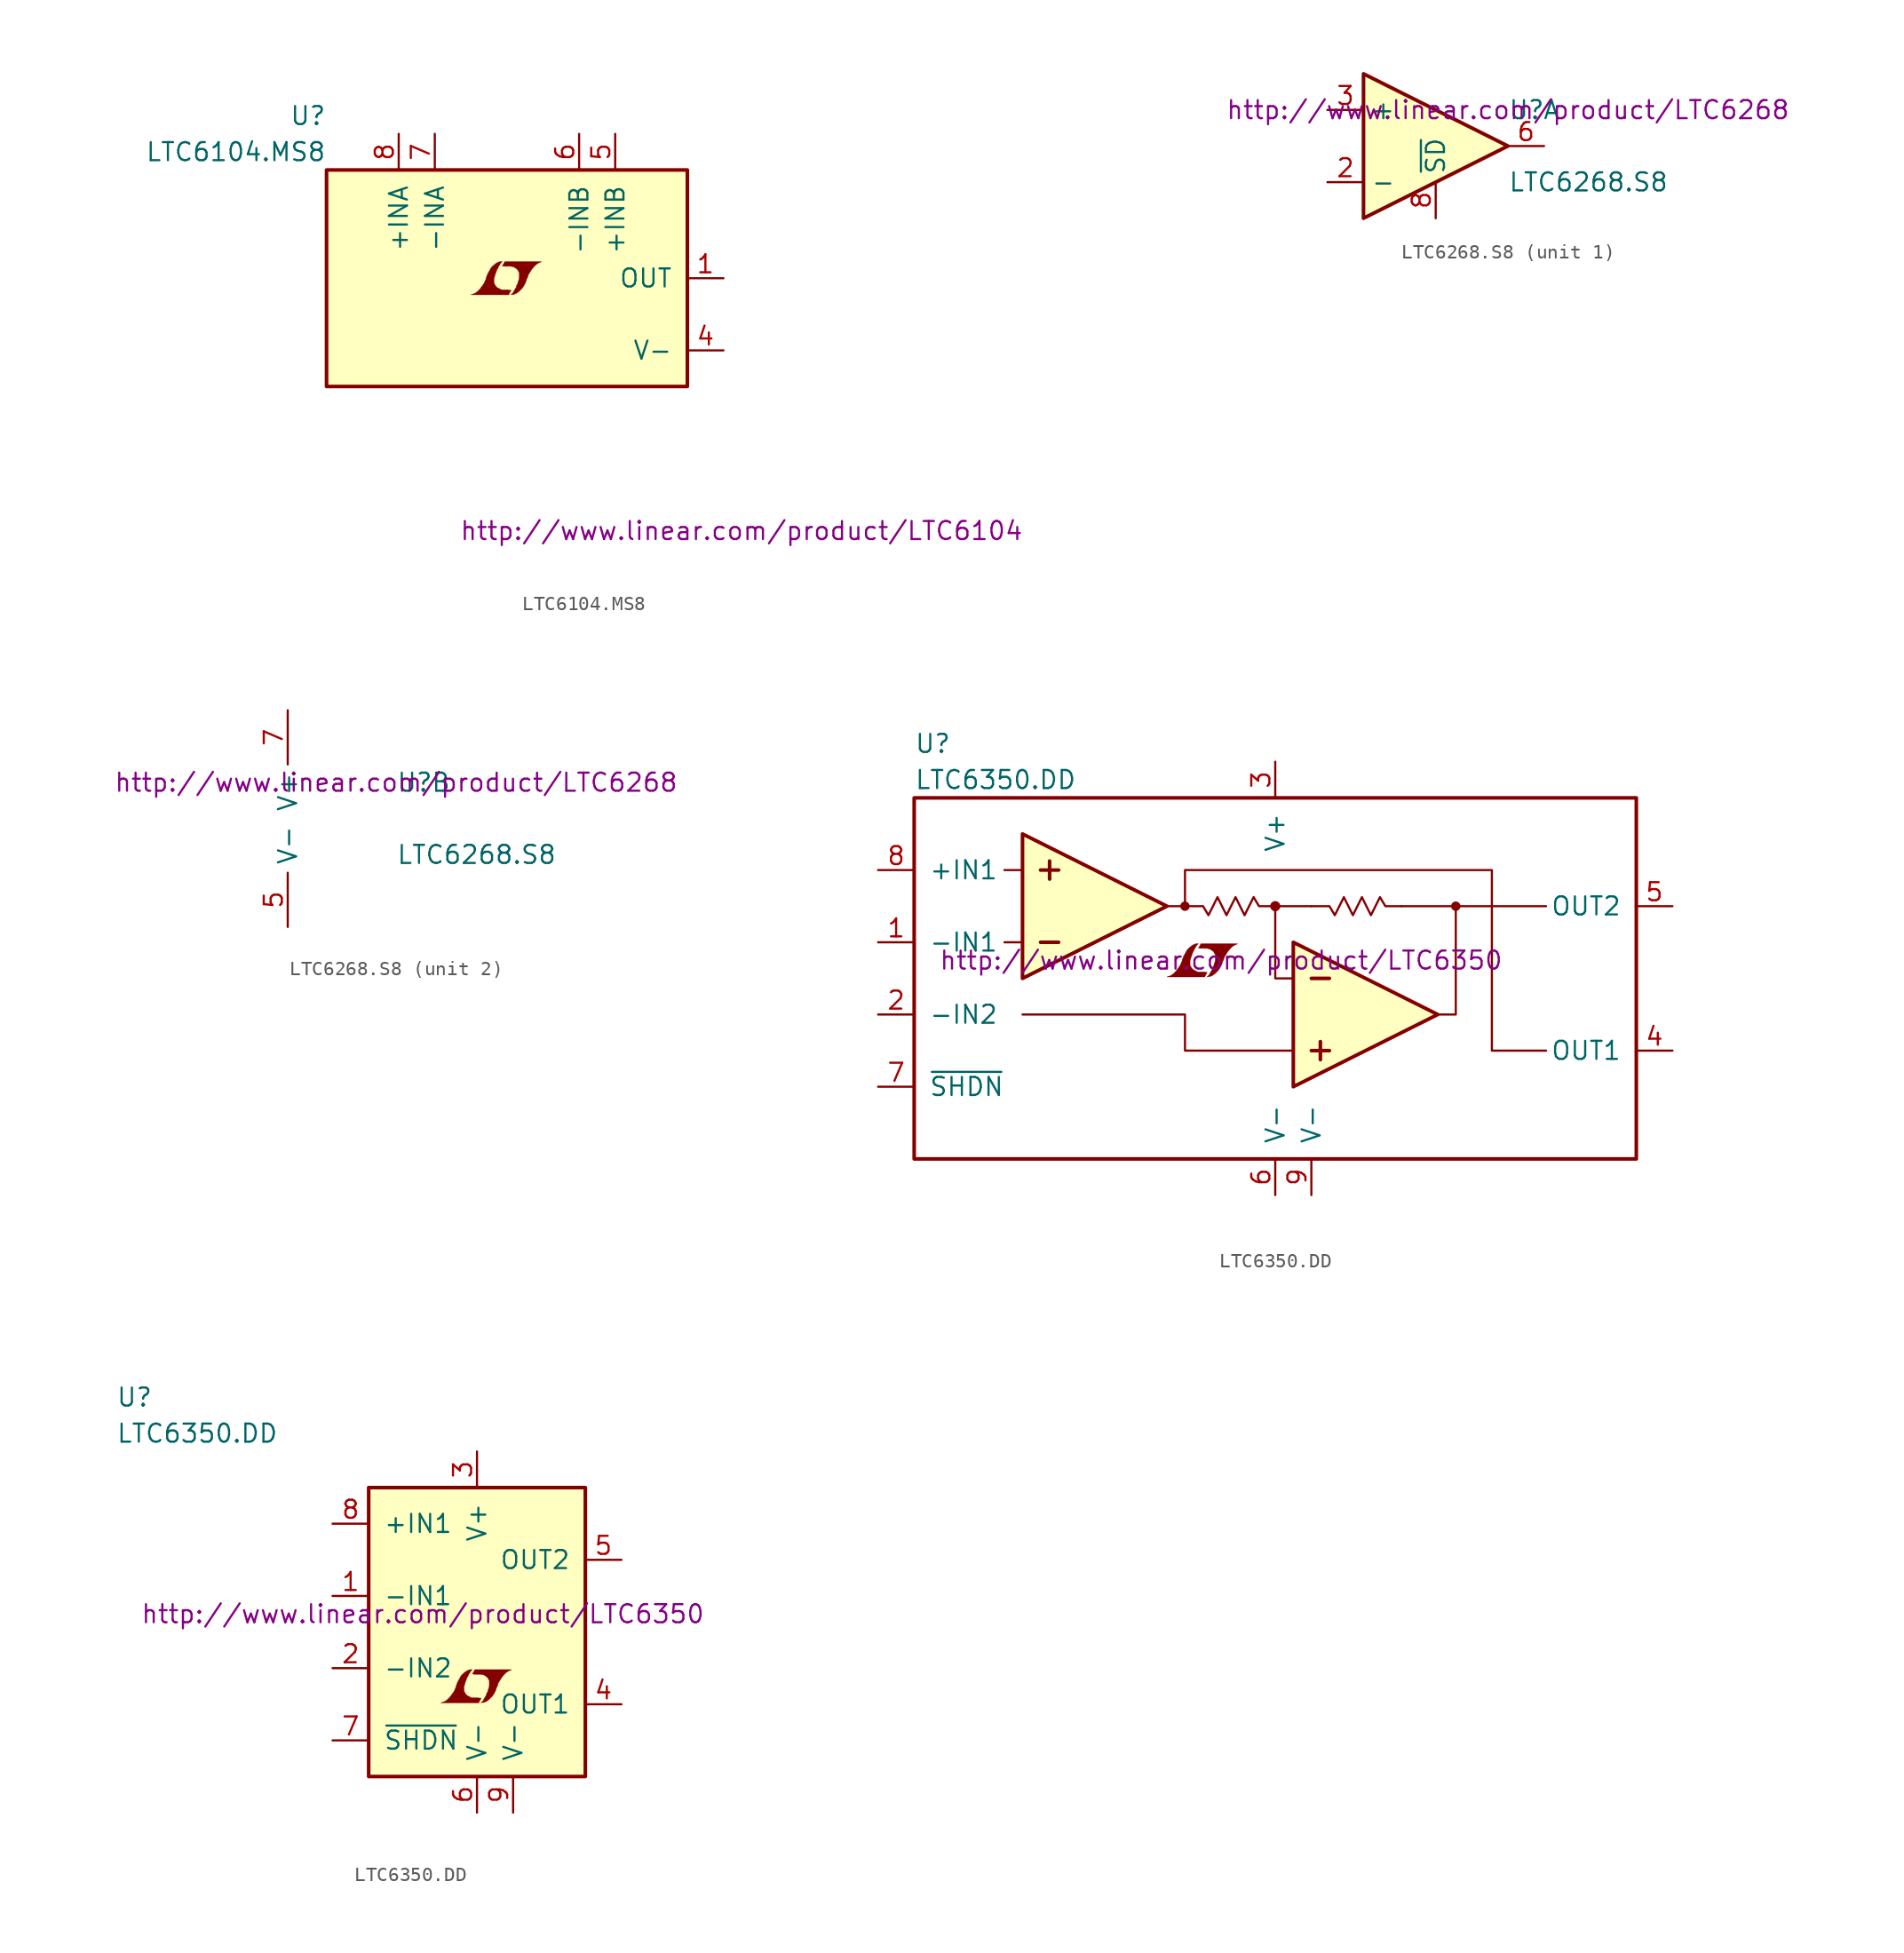
<source format=kicad_sym>
(kicad_symbol_lib
  (version 20201005)
  (generator kicad_symbol_editor)
  (symbol "LTC6104.MS8"
    (pin_names
      (offset 1.016))
    (property "Reference" "U"
      (at -12.7 11.43 0)
      (effects (font (size 1.27 1.27)) (justify right)))
    (property "Value" "LTC6104.MS8"
      (at -12.7 8.89 0)
      (effects (font (size 1.27 1.27)) (justify right)))
    (property "Datasheet" "http://www.linear.com/product/LTC6104"
      (at 16.51 -17.78 0)
      (effects (font (size 1.27 1.27))))
    (symbol "LTC6104.MS8_0_0"
      (polyline (pts (xy 0.203 -0.991) (xy 0.229 -0.965) (xy 0.279 -0.864) (xy 0.279 -0.838) (xy 0.152 -0.838) (xy 0.051 -0.813) (xy -0.406 -0.813) (xy -0.432 -0.787) (xy -0.686 -0.66) (xy -0.787 -0.559) (xy -0.864 -0.432) (xy -0.914 -0.33) (xy -0.914 -0.025) (xy -0.864 0.127) (xy -0.838 0.229) (xy -0.813 0.305) (xy -0.762 0.432) (xy -0.711 0.584) (xy -0.635 0.711) (xy -0.584 0.838) (xy -0.508 0.94) (xy -0.457 1.041) (xy -0.33 1.168) (xy -0.508 1.168) (xy -0.635 1.118) (xy -0.737 1.067) (xy -0.813 1.016) (xy -0.94 0.914) (xy -1.118 0.737) (xy -1.372 0.279) (xy -1.473 0) (xy -1.473 -0.051) (xy -1.524 -0.152) (xy -1.575 -0.279) (xy -1.626 -0.381) (xy -1.753 -0.559) (xy -1.905 -0.762) (xy -2.057 -0.914) (xy -2.21 -1.041) (xy -2.388 -1.118) (xy -2.54 -1.168) (xy 0.127 -1.168) (xy 0.203 -0.991)) (stroke (width 0.025)) (fill (type outline)))
      (polyline (pts (xy 0.406 -1.143) (xy 0.483 -1.143) (xy 0.66 -1.067) (xy 0.813 -0.965) (xy 1.092 -0.686) (xy 1.219 -0.483) (xy 1.321 -0.279) (xy 1.397 -0.025) (xy 1.422 -0.025) (xy 1.499 0.229) (xy 1.753 0.635) (xy 1.905 0.813) (xy 2.057 0.965) (xy 2.21 1.067) (xy 2.388 1.143) (xy 2.413 1.143) (xy 2.413 1.168) (xy -0.152 1.168) (xy -0.229 1.016) (xy -0.254 0.991) (xy -0.305 0.889) (xy -0.33 0.864) (xy -0.279 0.864) (xy -0.229 0.838) (xy 0.305 0.838) (xy 0.356 0.813) (xy 0.406 0.813) (xy 0.483 0.787) (xy 0.61 0.711) (xy 0.737 0.61) (xy 0.813 0.483) (xy 0.838 0.432) (xy 0.864 0.406) (xy 0.864 0) (xy 0.838 -0.051) (xy 0.838 -0.127) (xy 0.787 -0.229) (xy 0.762 -0.356) (xy 0.686 -0.508) (xy 0.635 -0.66) (xy 0.483 -0.914) (xy 0.432 -1.016) (xy 0.279 -1.168) (xy 0.406 -1.143)) (stroke (width 0.025)) (fill (type outline))))
    (symbol "LTC6104.MS8_0_1"
      (rectangle (start -12.7 7.62) (end 12.7 -7.62) (stroke (width 0.254)) (fill (type background))))
    (symbol "LTC6104.MS8_1_1"
      (pin output line (at 15.24 0 180) (length 2.54) (name "OUT" (effects (font (size 1.27 1.27)))) (number "1" (effects (font (size 1.27 1.27)))))
      (pin unconnected line (at -2.54 -10.16 90) (length 2.54) hide (name "NC" (effects (font (size 1.27 1.27)))) (number "2" (effects (font (size 1.27 1.27)))))
      (pin unconnected line (at 2.54 -10.16 90) (length 2.54) hide (name "NC" (effects (font (size 1.27 1.27)))) (number "3" (effects (font (size 1.27 1.27)))))
      (pin power_in line (at 15.24 -5.08 180) (length 2.54) (name "V-" (effects (font (size 1.27 1.27)))) (number "4" (effects (font (size 1.27 1.27)))))
      (pin passive line (at 7.62 10.16 270) (length 2.54) (name "+INB" (effects (font (size 1.27 1.27)))) (number "5" (effects (font (size 1.27 1.27)))))
      (pin passive line (at 5.08 10.16 270) (length 2.54) (name "-INB" (effects (font (size 1.27 1.27)))) (number "6" (effects (font (size 1.27 1.27)))))
      (pin passive line (at -5.08 10.16 270) (length 2.54) (name "-INA" (effects (font (size 1.27 1.27)))) (number "7" (effects (font (size 1.27 1.27)))))
      (pin passive line (at -7.62 10.16 270) (length 2.54) (name "+INA" (effects (font (size 1.27 1.27)))) (number "8" (effects (font (size 1.27 1.27)))))))
  (symbol "LTC6268.S8"
    (property "Reference" "U"
      (at 5.08 2.54 0)
      (effects (font (size 1.27 1.27)) (justify left)))
    (property "Value" "LTC6268.S8"
      (at 5.08 -2.54 0)
      (effects (font (size 1.27 1.27)) (justify left)))
    (property "Datasheet" "http://www.linear.com/product/LTC6268"
      (at 5.08 2.54 0)
      (effects (font (size 1.27 1.27))))
    (property "ki_locked" ""
      (at 0 0 0)
      (effects (font (size 1.27 1.27))))
    (symbol "LTC6268.S8_1_1"
      (polyline (pts (xy 5.08 0) (xy -5.08 5.08) (xy -5.08 -5.08) (xy 5.08 0)) (stroke (width 0.254)) (fill (type background)))
      (pin input line (at -7.62 -2.54 0) (length 2.54) (name "-" (effects (font (size 1.27 1.27)))) (number "2" (effects (font (size 1.27 1.27)))))
      (pin input line (at -7.62 2.54 0) (length 2.54) (name "+" (effects (font (size 1.27 1.27)))) (number "3" (effects (font (size 1.27 1.27)))))
      (pin output line (at 7.62 0 180) (length 2.54) (name "~" (effects (font (size 1.27 1.27)))) (number "6" (effects (font (size 1.27 1.27)))))
      (pin input line (at 0 -5.08 90) (length 2.54) (name "~SD~" (effects (font (size 1.27 1.27)))) (number "8" (effects (font (size 1.27 1.27))))))
    (symbol "LTC6268.S8_2_1"
      (pin unconnected line (at -7.62 0 0) (length 2.54) hide (name "NC" (effects (font (size 1.27 1.27)))) (number "1" (effects (font (size 1.27 1.27)))))
      (pin unconnected line (at -7.62 0 0) (length 2.54) hide (name "NC" (effects (font (size 1.27 1.27)))) (number "4" (effects (font (size 1.27 1.27)))))
      (pin power_in line (at -2.54 -7.62 90) (length 3.81) (name "V-" (effects (font (size 1.27 1.27)))) (number "5" (effects (font (size 1.27 1.27)))))
      (pin power_in line (at -2.54 7.62 270) (length 3.81) (name "V+" (effects (font (size 1.27 1.27)))) (number "7" (effects (font (size 1.27 1.27)))))))
  (symbol "LTC6350.DD"
    (pin_names
      (offset 1.016))
    (property "Reference" "U"
      (at -25.4 16.51 0)
      (effects (font (size 1.27 1.27)) (justify left)))
    (property "Value" "LTC6350.DD"
      (at -25.4 13.97 0)
      (effects (font (size 1.27 1.27)) (justify left)))
    (property "Datasheet" "http://www.linear.com/product/LTC6350"
      (at -3.81 1.27 0)
      (effects (font (size 1.27 1.27))))
    (symbol "LTC6350.DD_0_1"
      (circle (center -6.35 5.08) (radius 0.254) (stroke (width 0)) (fill (type outline)))
      (circle (center 0 5.08) (radius 0.279) (stroke (width 0)) (fill (type outline)))
      (circle (center 12.7 5.08) (radius 0.254) (stroke (width 0)) (fill (type outline)))
      (rectangle (start -25.4 12.7) (end 25.4 -12.7) (stroke (width 0.254)) (fill (type none)))
      (polyline (pts (xy -19.05 2.54) (xy -17.78 2.54)) (stroke (width 0)) (fill (type none)))
      (polyline (pts (xy -19.05 7.62) (xy -17.78 7.62)) (stroke (width 0)) (fill (type none)))
      (polyline (pts (xy -16.51 2.54) (xy -15.24 2.54)) (stroke (width 0.254)) (fill (type none)))
      (polyline (pts (xy -16.51 7.62) (xy -15.24 7.62)) (stroke (width 0.254)) (fill (type none)))
      (polyline (pts (xy -15.875 6.985) (xy -15.875 8.255)) (stroke (width 0.254)) (fill (type none)))
      (polyline (pts (xy 2.54 -5.08) (xy 3.81 -5.08)) (stroke (width 0.254)) (fill (type none)))
      (polyline (pts (xy 2.54 0) (xy 3.81 0)) (stroke (width 0.254)) (fill (type none)))
      (polyline (pts (xy 3.175 -4.445) (xy 3.175 -5.715)) (stroke (width 0.254)) (fill (type none)))
      (polyline (pts (xy 8.89 5.08) (xy 19.05 5.08)) (stroke (width 0)) (fill (type none)))
      (polyline (pts (xy 11.43 -2.54) (xy 12.7 -2.54) (xy 12.7 5.08)) (stroke (width 0)) (fill (type none)))
      (polyline (pts (xy -17.78 -2.54) (xy -6.35 -2.54) (xy -6.35 -5.08) (xy 1.27 -5.08)) (stroke (width 0)) (fill (type none)))
      (polyline (pts (xy -17.78 10.16) (xy -17.78 0) (xy -7.62 5.08) (xy -17.78 10.16)) (stroke (width 0.254)) (fill (type background)))
      (polyline (pts (xy 1.27 -7.62) (xy 1.27 2.54) (xy 11.43 -2.54) (xy 1.27 -7.62)) (stroke (width 0.254)) (fill (type background)))
      (polyline (pts (xy 2.54 5.08) (xy 0 5.08) (xy 0 0) (xy 1.27 0)) (stroke (width 0)) (fill (type none)))
      (polyline (pts (xy 19.05 -5.08) (xy 15.24 -5.08) (xy 15.24 7.62) (xy -6.35 7.62) (xy -6.35 5.08) (xy -7.62 5.08)) (stroke (width 0)) (fill (type none)))
      (polyline (pts (xy -6.35 5.08) (xy -5.08 5.08) (xy -4.699 4.445) (xy -4.064 5.715) (xy -3.429 4.445) (xy -2.794 5.715) (xy -2.159 4.445) (xy -1.524 5.715) (xy -1.143 5.08) (xy 0 5.08)) (stroke (width 0)) (fill (type none)))
      (polyline (pts (xy 2.54 5.08) (xy 3.81 5.08) (xy 4.191 4.445) (xy 4.826 5.715) (xy 5.461 4.445) (xy 6.096 5.715) (xy 6.731 4.445) (xy 7.366 5.715) (xy 7.747 5.08) (xy 8.89 5.08)) (stroke (width 0)) (fill (type none)))
      (polyline (pts (xy -4.877 0.279) (xy -4.851 0.305) (xy -4.801 0.406) (xy -4.801 0.432) (xy -4.928 0.432) (xy -5.029 0.457) (xy -5.486 0.457) (xy -5.512 0.483) (xy -5.766 0.61) (xy -5.867 0.711) (xy -5.944 0.838) (xy -5.994 0.94) (xy -5.994 1.245) (xy -5.944 1.397) (xy -5.918 1.499) (xy -5.893 1.575) (xy -5.842 1.702) (xy -5.791 1.854) (xy -5.715 1.981) (xy -5.664 2.108) (xy -5.588 2.21) (xy -5.537 2.311) (xy -5.41 2.438) (xy -5.588 2.438) (xy -5.715 2.388) (xy -5.817 2.337) (xy -5.893 2.286) (xy -6.02 2.184) (xy -6.198 2.007) (xy -6.452 1.549) (xy -6.553 1.27) (xy -6.553 1.219) (xy -6.604 1.118) (xy -6.655 0.991) (xy -6.706 0.889) (xy -6.833 0.711) (xy -6.985 0.508) (xy -7.137 0.356) (xy -7.29 0.229) (xy -7.468 0.152) (xy -7.62 0.102) (xy -4.953 0.102) (xy -4.877 0.279)) (stroke (width 0.025)) (fill (type outline)))
      (polyline (pts (xy -4.674 0.127) (xy -4.597 0.127) (xy -4.42 0.203) (xy -4.267 0.305) (xy -3.988 0.584) (xy -3.861 0.787) (xy -3.759 0.991) (xy -3.683 1.245) (xy -3.658 1.245) (xy -3.581 1.499) (xy -3.327 1.905) (xy -3.175 2.083) (xy -3.023 2.235) (xy -2.87 2.337) (xy -2.692 2.413) (xy -2.667 2.413) (xy -2.667 2.438) (xy -5.232 2.438) (xy -5.309 2.286) (xy -5.334 2.261) (xy -5.385 2.159) (xy -5.41 2.134) (xy -5.359 2.134) (xy -5.309 2.108) (xy -4.775 2.108) (xy -4.724 2.083) (xy -4.674 2.083) (xy -4.597 2.057) (xy -4.47 1.981) (xy -4.343 1.88) (xy -4.267 1.753) (xy -4.242 1.702) (xy -4.216 1.676) (xy -4.216 1.27) (xy -4.242 1.219) (xy -4.242 1.143) (xy -4.293 1.041) (xy -4.318 0.914) (xy -4.394 0.762) (xy -4.445 0.61) (xy -4.597 0.356) (xy -4.648 0.254) (xy -4.801 0.102) (xy -4.674 0.127)) (stroke (width 0.025)) (fill (type outline))))
    (symbol "LTC6350.DD_0_2"
      (rectangle (start -7.62 10.16) (end 7.62 -10.16) (stroke (width 0.254)) (fill (type background)))
      (polyline (pts (xy 0.203 -4.801) (xy 0.229 -4.775) (xy 0.279 -4.674) (xy 0.279 -4.648) (xy 0.152 -4.648) (xy 0.051 -4.623) (xy -0.406 -4.623) (xy -0.432 -4.597) (xy -0.686 -4.47) (xy -0.787 -4.369) (xy -0.864 -4.242) (xy -0.914 -4.14) (xy -0.914 -3.835) (xy -0.864 -3.683) (xy -0.838 -3.581) (xy -0.813 -3.505) (xy -0.762 -3.378) (xy -0.711 -3.226) (xy -0.635 -3.099) (xy -0.584 -2.972) (xy -0.508 -2.87) (xy -0.457 -2.769) (xy -0.33 -2.642) (xy -0.508 -2.642) (xy -0.635 -2.692) (xy -0.737 -2.743) (xy -0.813 -2.794) (xy -0.94 -2.896) (xy -1.118 -3.073) (xy -1.372 -3.531) (xy -1.473 -3.81) (xy -1.473 -3.861) (xy -1.524 -3.962) (xy -1.575 -4.089) (xy -1.626 -4.191) (xy -1.753 -4.369) (xy -1.905 -4.572) (xy -2.057 -4.724) (xy -2.21 -4.851) (xy -2.388 -4.928) (xy -2.54 -4.978) (xy 0.127 -4.978) (xy 0.203 -4.801)) (stroke (width 0.025)) (fill (type outline)))
      (polyline (pts (xy 0.406 -4.953) (xy 0.483 -4.953) (xy 0.66 -4.877) (xy 0.813 -4.775) (xy 1.092 -4.496) (xy 1.219 -4.293) (xy 1.321 -4.089) (xy 1.397 -3.835) (xy 1.422 -3.835) (xy 1.499 -3.581) (xy 1.753 -3.175) (xy 1.905 -2.997) (xy 2.057 -2.845) (xy 2.21 -2.743) (xy 2.388 -2.667) (xy 2.413 -2.667) (xy 2.413 -2.642) (xy -0.152 -2.642) (xy -0.229 -2.794) (xy -0.254 -2.819) (xy -0.305 -2.921) (xy -0.33 -2.946) (xy -0.279 -2.946) (xy -0.229 -2.972) (xy 0.305 -2.972) (xy 0.356 -2.997) (xy 0.406 -2.997) (xy 0.483 -3.023) (xy 0.61 -3.099) (xy 0.737 -3.2) (xy 0.813 -3.327) (xy 0.838 -3.378) (xy 0.864 -3.404) (xy 0.864 -3.81) (xy 0.838 -3.861) (xy 0.838 -3.937) (xy 0.787 -4.039) (xy 0.762 -4.166) (xy 0.686 -4.318) (xy 0.635 -4.47) (xy 0.483 -4.724) (xy 0.432 -4.826) (xy 0.279 -4.978) (xy 0.406 -4.953)) (stroke (width 0.025)) (fill (type outline))))
    (symbol "LTC6350.DD_1_1"
      (pin input line (at -27.94 2.54 0) (length 2.54) (name "-IN1" (effects (font (size 1.27 1.27)))) (number "1" (effects (font (size 1.27 1.27)))))
      (pin input line (at -27.94 -2.54 0) (length 2.54) (name "-IN2" (effects (font (size 1.27 1.27)))) (number "2" (effects (font (size 1.27 1.27)))))
      (pin power_in line (at 0 15.24 270) (length 2.54) (name "V+" (effects (font (size 1.27 1.27)))) (number "3" (effects (font (size 1.27 1.27)))))
      (pin output line (at 27.94 -5.08 180) (length 2.54) (name "OUT1" (effects (font (size 1.27 1.27)))) (number "4" (effects (font (size 1.27 1.27)))))
      (pin output line (at 27.94 5.08 180) (length 2.54) (name "OUT2" (effects (font (size 1.27 1.27)))) (number "5" (effects (font (size 1.27 1.27)))))
      (pin power_in line (at 0 -15.24 90) (length 2.54) (name "V-" (effects (font (size 1.27 1.27)))) (number "6" (effects (font (size 1.27 1.27)))))
      (pin input line (at -27.94 -7.62 0) (length 2.54) (name "~SHDN~" (effects (font (size 1.27 1.27)))) (number "7" (effects (font (size 1.27 1.27)))))
      (pin input line (at -27.94 7.62 0) (length 2.54) (name "+IN1" (effects (font (size 1.27 1.27)))) (number "8" (effects (font (size 1.27 1.27)))))
      (pin power_in line (at 2.54 -15.24 90) (length 2.54) (name "V-" (effects (font (size 1.27 1.27)))) (number "9" (effects (font (size 1.27 1.27))))))
    (symbol "LTC6350.DD_1_2"
      (pin input line (at -10.16 2.54 0) (length 2.54) (name "-IN1" (effects (font (size 1.27 1.27)))) (number "1" (effects (font (size 1.27 1.27)))))
      (pin input line (at -10.16 -2.54 0) (length 2.54) (name "-IN2" (effects (font (size 1.27 1.27)))) (number "2" (effects (font (size 1.27 1.27)))))
      (pin power_in line (at 0 12.7 270) (length 2.54) (name "V+" (effects (font (size 1.27 1.27)))) (number "3" (effects (font (size 1.27 1.27)))))
      (pin output line (at 10.16 -5.08 180) (length 2.54) (name "OUT1" (effects (font (size 1.27 1.27)))) (number "4" (effects (font (size 1.27 1.27)))))
      (pin output line (at 10.16 5.08 180) (length 2.54) (name "OUT2" (effects (font (size 1.27 1.27)))) (number "5" (effects (font (size 1.27 1.27)))))
      (pin power_in line (at 0 -12.7 90) (length 2.54) (name "V-" (effects (font (size 1.27 1.27)))) (number "6" (effects (font (size 1.27 1.27)))))
      (pin input line (at -10.16 -7.62 0) (length 2.54) (name "~SHDN~" (effects (font (size 1.27 1.27)))) (number "7" (effects (font (size 1.27 1.27)))))
      (pin input line (at -10.16 7.62 0) (length 2.54) (name "+IN1" (effects (font (size 1.27 1.27)))) (number "8" (effects (font (size 1.27 1.27)))))
      (pin power_in line (at 2.54 -12.7 90) (length 2.54) (name "V-" (effects (font (size 1.27 1.27)))) (number "9" (effects (font (size 1.27 1.27))))))))
</source>
